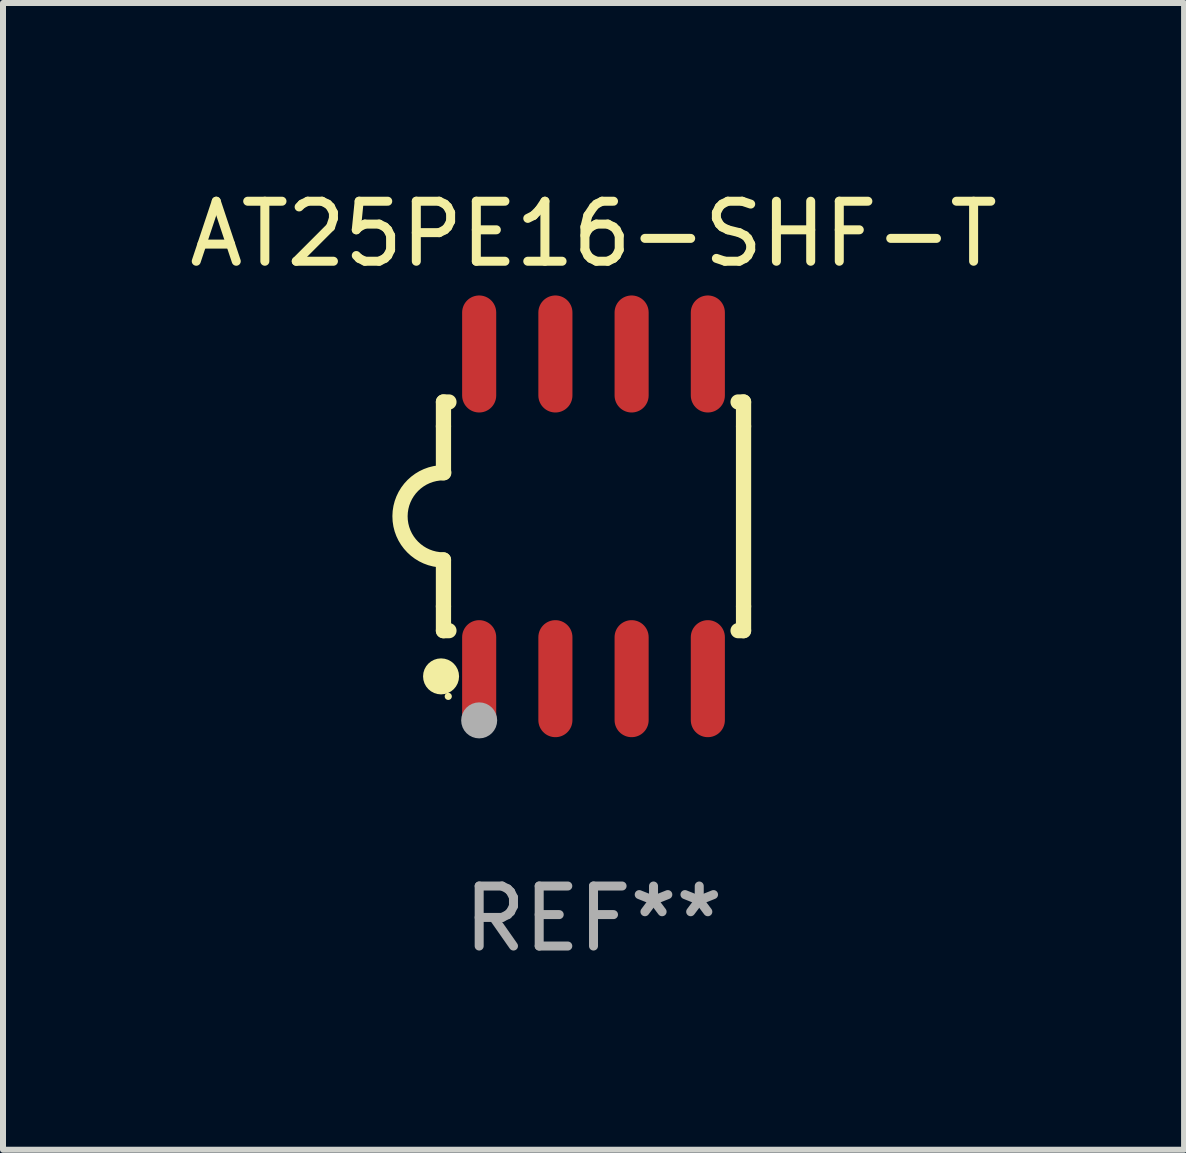
<source format=kicad_pcb>
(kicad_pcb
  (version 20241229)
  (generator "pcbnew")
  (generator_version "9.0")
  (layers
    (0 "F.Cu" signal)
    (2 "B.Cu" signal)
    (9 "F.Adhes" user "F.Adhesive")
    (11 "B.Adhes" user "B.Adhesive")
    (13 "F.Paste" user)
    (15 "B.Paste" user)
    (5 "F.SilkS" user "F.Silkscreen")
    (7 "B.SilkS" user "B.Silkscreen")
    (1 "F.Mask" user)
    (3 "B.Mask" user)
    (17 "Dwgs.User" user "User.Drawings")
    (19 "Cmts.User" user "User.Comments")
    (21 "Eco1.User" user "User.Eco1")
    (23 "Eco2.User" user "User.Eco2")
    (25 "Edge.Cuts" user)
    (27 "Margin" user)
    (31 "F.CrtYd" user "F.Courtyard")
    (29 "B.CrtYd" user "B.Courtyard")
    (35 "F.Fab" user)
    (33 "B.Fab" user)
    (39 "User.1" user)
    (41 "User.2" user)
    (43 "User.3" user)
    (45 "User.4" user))
  (footprint "AT25PE16-SHF-T"
    (layer "F.Cu")
    (at 6.839 5.553)
    (property "Reference" "AT25PE16-SHF-T" (at 0 -4.705 0) (layer "F.SilkS") (effects (font (size 1 1) (thickness 0.15))))
    (attr through_hole)
    (fp_line (start -2.5 -1.905) (end -2.409 -1.905) (stroke (width 0.254) (type solid)) (layer "F.SilkS"))
    (fp_line (start -2.5 -1.5) (end -2.5 -1.905) (stroke (width 0.254) (type solid)) (layer "F.SilkS"))
    (fp_line (start -2.5 -1.5) (end -2.5 -0.726) (stroke (width 0.254) (type solid)) (layer "F.SilkS"))
    (fp_line (start -2.5 1.5) (end -2.5 0.727) (stroke (width 0.254) (type solid)) (layer "F.SilkS"))
    (fp_line (start -2.5 1.5) (end -2.5 1.905) (stroke (width 0.254) (type solid)) (layer "F.SilkS"))
    (fp_line (start -2.5 1.905) (end -2.409 1.905) (stroke (width 0.254) (type solid)) (layer "F.SilkS"))
    (fp_line (start 2.5 -1.905) (end 2.409 -1.905) (stroke (width 0.254) (type solid)) (layer "F.SilkS"))
    (fp_line (start 2.5 -1.5) (end 2.5 -1.905) (stroke (width 0.254) (type solid)) (layer "F.SilkS"))
    (fp_line (start 2.5 -1.5) (end 2.5 1.5) (stroke (width 0.254) (type solid)) (layer "F.SilkS"))
    (fp_line (start 2.5 1.5) (end 2.5 1.905) (stroke (width 0.254) (type solid)) (layer "F.SilkS"))
    (fp_line (start 2.5 1.905) (end 2.409 1.905) (stroke (width 0.254) (type solid)) (layer "F.SilkS"))
    (fp_arc (start -2.5 0.726568) (mid -3.220316 -0.0023) (end -2.495097 -0.726289) (stroke (width 0.254001) (type solid)) (layer "F.SilkS"))
    (fp_circle (center -2.54 2.667) (end -2.39 2.667) (stroke (width 0.3) (type solid)) (fill no) (layer "F.SilkS"))
    (fp_circle (center -2.42 3) (end -2.39 3) (stroke (width 0.06) (type solid)) (fill no) (layer "F.SilkS"))
    (fp_circle (center -1.905 3.4) (end -1.755 3.4) (stroke (width 0.3) (type solid)) (fill no) (layer "F.Fab"))
    (fp_text user "REF**" (at 0 6.705 0) (layer "F.Fab") (effects (font (size 1 1) (thickness 0.15))))
    (pad "1" smd oval (at -1.905 2.705) (size 0.568 1.95) (layers "F.Cu" "F.Mask" "F.Paste"))
    (pad "2" smd oval (at -0.635 2.705) (size 0.568 1.95) (layers "F.Cu" "F.Mask" "F.Paste"))
    (pad "3" smd oval (at 0.635 2.705) (size 0.568 1.95) (layers "F.Cu" "F.Mask" "F.Paste"))
    (pad "4" smd oval (at 1.905 2.705) (size 0.568 1.95) (layers "F.Cu" "F.Mask" "F.Paste"))
    (pad "5" smd oval (at 1.905 -2.705) (size 0.568 1.95) (layers "F.Cu" "F.Mask" "F.Paste"))
    (pad "6" smd oval (at 0.635 -2.705) (size 0.568 1.95) (layers "F.Cu" "F.Mask" "F.Paste"))
    (pad "7" smd oval (at -0.635 -2.705) (size 0.568 1.95) (layers "F.Cu" "F.Mask" "F.Paste"))
    (pad "8" smd oval (at -1.905 -2.705) (size 0.568 1.95) (layers "F.Cu" "F.Mask" "F.Paste")))
  (gr_rect
    (start -3 -3)
    (end 16.679 16.107)
    (stroke (width 0.1) (type default))
    (fill no)
    (layer "Edge.Cuts")))
</source>
